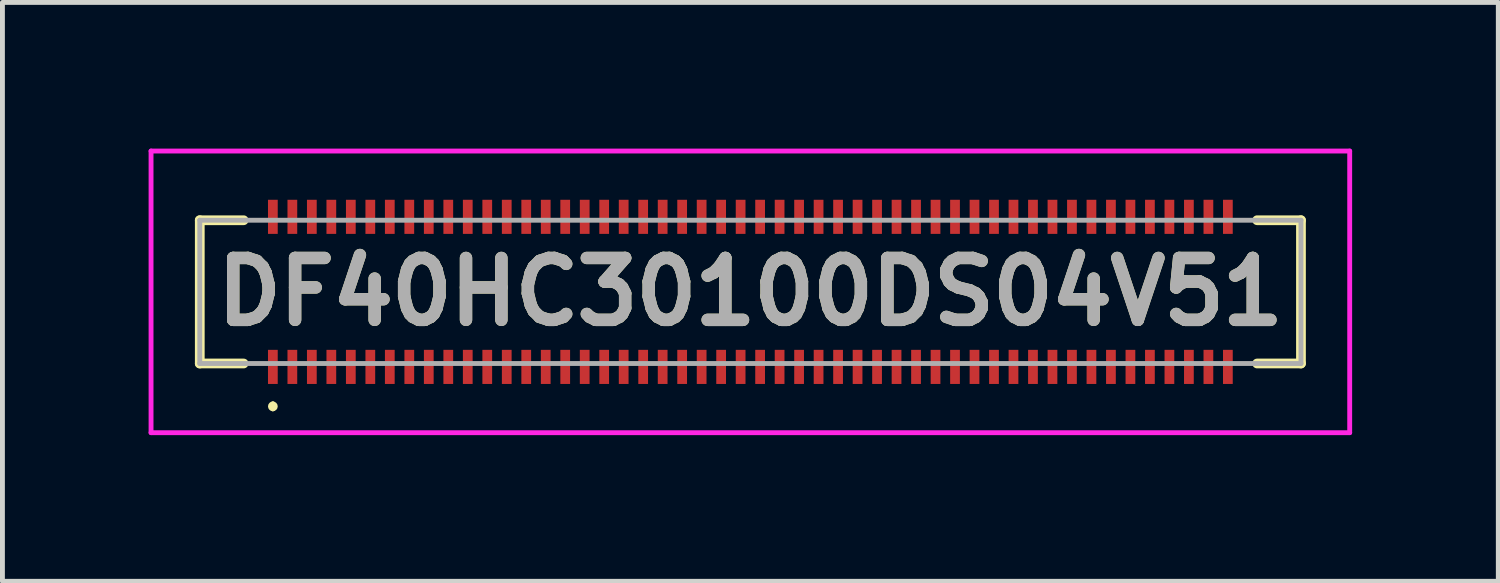
<source format=kicad_pcb>
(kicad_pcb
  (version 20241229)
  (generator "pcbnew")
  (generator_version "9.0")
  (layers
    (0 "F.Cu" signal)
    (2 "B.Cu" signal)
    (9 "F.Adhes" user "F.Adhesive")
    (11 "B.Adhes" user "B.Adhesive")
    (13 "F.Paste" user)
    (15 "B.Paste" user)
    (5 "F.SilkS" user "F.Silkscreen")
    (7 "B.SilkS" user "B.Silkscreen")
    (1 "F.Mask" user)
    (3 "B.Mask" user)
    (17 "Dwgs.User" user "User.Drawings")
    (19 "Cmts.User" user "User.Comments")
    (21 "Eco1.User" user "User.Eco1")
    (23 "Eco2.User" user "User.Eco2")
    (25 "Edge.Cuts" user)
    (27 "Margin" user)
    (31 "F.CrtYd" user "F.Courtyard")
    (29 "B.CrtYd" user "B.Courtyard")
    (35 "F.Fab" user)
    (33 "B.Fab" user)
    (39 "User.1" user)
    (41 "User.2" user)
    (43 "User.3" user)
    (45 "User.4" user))
  (footprint "DF40HC30100DS04V51"
    (layer "F.Cu")
    (at 12.35 2.94)
    (property "Reference" "DF40HC30100DS04V51" (at 0 0 0) (layer "F.SilkS") (effects (font (size 1.27 1.27) (thickness 0.254))))
    (attr smd)
    (fp_line (start -11.3 -1.47) (end -11.3 1.47) (stroke (width 0.2) (type solid)) (layer "F.SilkS"))
    (fp_line (start -11.3 1.47) (end -10.4 1.47) (stroke (width 0.2) (type solid)) (layer "F.SilkS"))
    (fp_line (start -10.4 -1.47) (end -11.3 -1.47) (stroke (width 0.2) (type solid)) (layer "F.SilkS"))
    (fp_line (start -9.8 2.3) (end -9.8 2.3) (stroke (width 0.1) (type solid)) (layer "F.SilkS"))
    (fp_line (start -9.8 2.4) (end -9.8 2.4) (stroke (width 0.1) (type solid)) (layer "F.SilkS"))
    (fp_line (start 10.4 1.47) (end 11.3 1.47) (stroke (width 0.2) (type solid)) (layer "F.SilkS"))
    (fp_line (start 11.3 -1.47) (end 10.4 -1.47) (stroke (width 0.2) (type solid)) (layer "F.SilkS"))
    (fp_line (start 11.3 1.47) (end 11.3 -1.47) (stroke (width 0.2) (type solid)) (layer "F.SilkS"))
    (fp_arc (start -9.8 2.3) (mid -9.75 2.35) (end -9.8 2.4) (stroke (width 0.1) (type solid)) (layer "F.SilkS"))
    (fp_arc (start -9.8 2.4) (mid -9.85 2.35) (end -9.8 2.3) (stroke (width 0.1) (type solid)) (layer "F.SilkS"))
    (fp_line (start -12.3 -2.89) (end 12.3 -2.89) (stroke (width 0.1) (type solid)) (layer "F.CrtYd"))
    (fp_line (start -12.3 2.89) (end -12.3 -2.89) (stroke (width 0.1) (type solid)) (layer "F.CrtYd"))
    (fp_line (start 12.3 -2.89) (end 12.3 2.89) (stroke (width 0.1) (type solid)) (layer "F.CrtYd"))
    (fp_line (start 12.3 2.89) (end -12.3 2.89) (stroke (width 0.1) (type solid)) (layer "F.CrtYd"))
    (fp_line (start -11.3 -1.47) (end 11.3 -1.47) (stroke (width 0.1) (type solid)) (layer "F.Fab"))
    (fp_line (start -11.3 1.47) (end -11.3 -1.47) (stroke (width 0.1) (type solid)) (layer "F.Fab"))
    (fp_line (start 11.3 -1.47) (end 11.3 1.47) (stroke (width 0.1) (type solid)) (layer "F.Fab"))
    (fp_line (start 11.3 1.47) (end -11.3 1.47) (stroke (width 0.1) (type solid)) (layer "F.Fab"))
    (fp_text user "${REFERENCE}" (at 0 0 0) (layer "F.Fab") (effects (font (size 1.27 1.27) (thickness 0.254))))
    (pad "1" smd rect (at -9.8 1.54) (size 0.2 0.7) (layers "F.Cu" "F.Mask" "F.Paste"))
    (pad "2" smd rect (at -9.8 -1.54) (size 0.2 0.7) (layers "F.Cu" "F.Mask" "F.Paste"))
    (pad "3" smd rect (at -9.4 1.54) (size 0.2 0.7) (layers "F.Cu" "F.Mask" "F.Paste"))
    (pad "4" smd rect (at -9.4 -1.54) (size 0.2 0.7) (layers "F.Cu" "F.Mask" "F.Paste"))
    (pad "5" smd rect (at -9 1.54) (size 0.2 0.7) (layers "F.Cu" "F.Mask" "F.Paste"))
    (pad "6" smd rect (at -9 -1.54) (size 0.2 0.7) (layers "F.Cu" "F.Mask" "F.Paste"))
    (pad "7" smd rect (at -8.6 1.54) (size 0.2 0.7) (layers "F.Cu" "F.Mask" "F.Paste"))
    (pad "8" smd rect (at -8.6 -1.54) (size 0.2 0.7) (layers "F.Cu" "F.Mask" "F.Paste"))
    (pad "9" smd rect (at -8.2 1.54) (size 0.2 0.7) (layers "F.Cu" "F.Mask" "F.Paste"))
    (pad "10" smd rect (at -8.2 -1.54) (size 0.2 0.7) (layers "F.Cu" "F.Mask" "F.Paste"))
    (pad "11" smd rect (at -7.8 1.54) (size 0.2 0.7) (layers "F.Cu" "F.Mask" "F.Paste"))
    (pad "12" smd rect (at -7.8 -1.54) (size 0.2 0.7) (layers "F.Cu" "F.Mask" "F.Paste"))
    (pad "13" smd rect (at -7.4 1.54) (size 0.2 0.7) (layers "F.Cu" "F.Mask" "F.Paste"))
    (pad "14" smd rect (at -7.4 -1.54) (size 0.2 0.7) (layers "F.Cu" "F.Mask" "F.Paste"))
    (pad "15" smd rect (at -7 1.54) (size 0.2 0.7) (layers "F.Cu" "F.Mask" "F.Paste"))
    (pad "16" smd rect (at -7 -1.54) (size 0.2 0.7) (layers "F.Cu" "F.Mask" "F.Paste"))
    (pad "17" smd rect (at -6.6 1.54) (size 0.2 0.7) (layers "F.Cu" "F.Mask" "F.Paste"))
    (pad "18" smd rect (at -6.6 -1.54) (size 0.2 0.7) (layers "F.Cu" "F.Mask" "F.Paste"))
    (pad "19" smd rect (at -6.2 1.54) (size 0.2 0.7) (layers "F.Cu" "F.Mask" "F.Paste"))
    (pad "20" smd rect (at -6.2 -1.54) (size 0.2 0.7) (layers "F.Cu" "F.Mask" "F.Paste"))
    (pad "21" smd rect (at -5.8 1.54) (size 0.2 0.7) (layers "F.Cu" "F.Mask" "F.Paste"))
    (pad "22" smd rect (at -5.8 -1.54) (size 0.2 0.7) (layers "F.Cu" "F.Mask" "F.Paste"))
    (pad "23" smd rect (at -5.4 1.54) (size 0.2 0.7) (layers "F.Cu" "F.Mask" "F.Paste"))
    (pad "24" smd rect (at -5.4 -1.54) (size 0.2 0.7) (layers "F.Cu" "F.Mask" "F.Paste"))
    (pad "25" smd rect (at -5 1.54) (size 0.2 0.7) (layers "F.Cu" "F.Mask" "F.Paste"))
    (pad "26" smd rect (at -5 -1.54) (size 0.2 0.7) (layers "F.Cu" "F.Mask" "F.Paste"))
    (pad "27" smd rect (at -4.6 1.54) (size 0.2 0.7) (layers "F.Cu" "F.Mask" "F.Paste"))
    (pad "28" smd rect (at -4.6 -1.54) (size 0.2 0.7) (layers "F.Cu" "F.Mask" "F.Paste"))
    (pad "29" smd rect (at -4.2 1.54) (size 0.2 0.7) (layers "F.Cu" "F.Mask" "F.Paste"))
    (pad "30" smd rect (at -4.2 -1.54) (size 0.2 0.7) (layers "F.Cu" "F.Mask" "F.Paste"))
    (pad "31" smd rect (at -3.8 1.54) (size 0.2 0.7) (layers "F.Cu" "F.Mask" "F.Paste"))
    (pad "32" smd rect (at -3.8 -1.54) (size 0.2 0.7) (layers "F.Cu" "F.Mask" "F.Paste"))
    (pad "33" smd rect (at -3.4 1.54) (size 0.2 0.7) (layers "F.Cu" "F.Mask" "F.Paste"))
    (pad "34" smd rect (at -3.4 -1.54) (size 0.2 0.7) (layers "F.Cu" "F.Mask" "F.Paste"))
    (pad "35" smd rect (at -3 1.54) (size 0.2 0.7) (layers "F.Cu" "F.Mask" "F.Paste"))
    (pad "36" smd rect (at -3 -1.54) (size 0.2 0.7) (layers "F.Cu" "F.Mask" "F.Paste"))
    (pad "37" smd rect (at -2.6 1.54) (size 0.2 0.7) (layers "F.Cu" "F.Mask" "F.Paste"))
    (pad "38" smd rect (at -2.6 -1.54) (size 0.2 0.7) (layers "F.Cu" "F.Mask" "F.Paste"))
    (pad "39" smd rect (at -2.2 1.54) (size 0.2 0.7) (layers "F.Cu" "F.Mask" "F.Paste"))
    (pad "40" smd rect (at -2.2 -1.54) (size 0.2 0.7) (layers "F.Cu" "F.Mask" "F.Paste"))
    (pad "41" smd rect (at -1.8 1.54) (size 0.2 0.7) (layers "F.Cu" "F.Mask" "F.Paste"))
    (pad "42" smd rect (at -1.8 -1.54) (size 0.2 0.7) (layers "F.Cu" "F.Mask" "F.Paste"))
    (pad "43" smd rect (at -1.4 1.54) (size 0.2 0.7) (layers "F.Cu" "F.Mask" "F.Paste"))
    (pad "44" smd rect (at -1.4 -1.54) (size 0.2 0.7) (layers "F.Cu" "F.Mask" "F.Paste"))
    (pad "45" smd rect (at -1 1.54) (size 0.2 0.7) (layers "F.Cu" "F.Mask" "F.Paste"))
    (pad "46" smd rect (at -1 -1.54) (size 0.2 0.7) (layers "F.Cu" "F.Mask" "F.Paste"))
    (pad "47" smd rect (at -0.6 1.54) (size 0.2 0.7) (layers "F.Cu" "F.Mask" "F.Paste"))
    (pad "48" smd rect (at -0.6 -1.54) (size 0.2 0.7) (layers "F.Cu" "F.Mask" "F.Paste"))
    (pad "49" smd rect (at -0.2 1.54) (size 0.2 0.7) (layers "F.Cu" "F.Mask" "F.Paste"))
    (pad "50" smd rect (at -0.2 -1.54) (size 0.2 0.7) (layers "F.Cu" "F.Mask" "F.Paste"))
    (pad "51" smd rect (at 0.2 1.54) (size 0.2 0.7) (layers "F.Cu" "F.Mask" "F.Paste"))
    (pad "52" smd rect (at 0.2 -1.54) (size 0.2 0.7) (layers "F.Cu" "F.Mask" "F.Paste"))
    (pad "53" smd rect (at 0.6 1.54) (size 0.2 0.7) (layers "F.Cu" "F.Mask" "F.Paste"))
    (pad "54" smd rect (at 0.6 -1.54) (size 0.2 0.7) (layers "F.Cu" "F.Mask" "F.Paste"))
    (pad "55" smd rect (at 1 1.54) (size 0.2 0.7) (layers "F.Cu" "F.Mask" "F.Paste"))
    (pad "56" smd rect (at 1 -1.54) (size 0.2 0.7) (layers "F.Cu" "F.Mask" "F.Paste"))
    (pad "57" smd rect (at 1.4 1.54) (size 0.2 0.7) (layers "F.Cu" "F.Mask" "F.Paste"))
    (pad "58" smd rect (at 1.4 -1.54) (size 0.2 0.7) (layers "F.Cu" "F.Mask" "F.Paste"))
    (pad "59" smd rect (at 1.8 1.54) (size 0.2 0.7) (layers "F.Cu" "F.Mask" "F.Paste"))
    (pad "60" smd rect (at 1.8 -1.54) (size 0.2 0.7) (layers "F.Cu" "F.Mask" "F.Paste"))
    (pad "61" smd rect (at 2.2 1.54) (size 0.2 0.7) (layers "F.Cu" "F.Mask" "F.Paste"))
    (pad "62" smd rect (at 2.2 -1.54) (size 0.2 0.7) (layers "F.Cu" "F.Mask" "F.Paste"))
    (pad "63" smd rect (at 2.6 1.54) (size 0.2 0.7) (layers "F.Cu" "F.Mask" "F.Paste"))
    (pad "64" smd rect (at 2.6 -1.54) (size 0.2 0.7) (layers "F.Cu" "F.Mask" "F.Paste"))
    (pad "65" smd rect (at 3 1.54) (size 0.2 0.7) (layers "F.Cu" "F.Mask" "F.Paste"))
    (pad "66" smd rect (at 3 -1.54) (size 0.2 0.7) (layers "F.Cu" "F.Mask" "F.Paste"))
    (pad "67" smd rect (at 3.4 1.54) (size 0.2 0.7) (layers "F.Cu" "F.Mask" "F.Paste"))
    (pad "68" smd rect (at 3.4 -1.54) (size 0.2 0.7) (layers "F.Cu" "F.Mask" "F.Paste"))
    (pad "69" smd rect (at 3.8 1.54) (size 0.2 0.7) (layers "F.Cu" "F.Mask" "F.Paste"))
    (pad "70" smd rect (at 3.8 -1.54) (size 0.2 0.7) (layers "F.Cu" "F.Mask" "F.Paste"))
    (pad "71" smd rect (at 4.2 1.54) (size 0.2 0.7) (layers "F.Cu" "F.Mask" "F.Paste"))
    (pad "72" smd rect (at 4.2 -1.54) (size 0.2 0.7) (layers "F.Cu" "F.Mask" "F.Paste"))
    (pad "73" smd rect (at 4.6 1.54) (size 0.2 0.7) (layers "F.Cu" "F.Mask" "F.Paste"))
    (pad "74" smd rect (at 4.6 -1.54) (size 0.2 0.7) (layers "F.Cu" "F.Mask" "F.Paste"))
    (pad "75" smd rect (at 5 1.54) (size 0.2 0.7) (layers "F.Cu" "F.Mask" "F.Paste"))
    (pad "76" smd rect (at 5 -1.54) (size 0.2 0.7) (layers "F.Cu" "F.Mask" "F.Paste"))
    (pad "77" smd rect (at 5.4 1.54) (size 0.2 0.7) (layers "F.Cu" "F.Mask" "F.Paste"))
    (pad "78" smd rect (at 5.4 -1.54) (size 0.2 0.7) (layers "F.Cu" "F.Mask" "F.Paste"))
    (pad "79" smd rect (at 5.8 1.54) (size 0.2 0.7) (layers "F.Cu" "F.Mask" "F.Paste"))
    (pad "80" smd rect (at 5.8 -1.54) (size 0.2 0.7) (layers "F.Cu" "F.Mask" "F.Paste"))
    (pad "81" smd rect (at 6.2 1.54) (size 0.2 0.7) (layers "F.Cu" "F.Mask" "F.Paste"))
    (pad "82" smd rect (at 6.2 -1.54) (size 0.2 0.7) (layers "F.Cu" "F.Mask" "F.Paste"))
    (pad "83" smd rect (at 6.6 1.54) (size 0.2 0.7) (layers "F.Cu" "F.Mask" "F.Paste"))
    (pad "84" smd rect (at 6.6 -1.54) (size 0.2 0.7) (layers "F.Cu" "F.Mask" "F.Paste"))
    (pad "85" smd rect (at 7 1.54) (size 0.2 0.7) (layers "F.Cu" "F.Mask" "F.Paste"))
    (pad "86" smd rect (at 7 -1.54) (size 0.2 0.7) (layers "F.Cu" "F.Mask" "F.Paste"))
    (pad "87" smd rect (at 7.4 1.54) (size 0.2 0.7) (layers "F.Cu" "F.Mask" "F.Paste"))
    (pad "88" smd rect (at 7.4 -1.54) (size 0.2 0.7) (layers "F.Cu" "F.Mask" "F.Paste"))
    (pad "89" smd rect (at 7.8 1.54) (size 0.2 0.7) (layers "F.Cu" "F.Mask" "F.Paste"))
    (pad "90" smd rect (at 7.8 -1.54) (size 0.2 0.7) (layers "F.Cu" "F.Mask" "F.Paste"))
    (pad "91" smd rect (at 8.2 1.54) (size 0.2 0.7) (layers "F.Cu" "F.Mask" "F.Paste"))
    (pad "92" smd rect (at 8.2 -1.54) (size 0.2 0.7) (layers "F.Cu" "F.Mask" "F.Paste"))
    (pad "93" smd rect (at 8.6 1.54) (size 0.2 0.7) (layers "F.Cu" "F.Mask" "F.Paste"))
    (pad "94" smd rect (at 8.6 -1.54) (size 0.2 0.7) (layers "F.Cu" "F.Mask" "F.Paste"))
    (pad "95" smd rect (at 9 1.54) (size 0.2 0.7) (layers "F.Cu" "F.Mask" "F.Paste"))
    (pad "96" smd rect (at 9 -1.54) (size 0.2 0.7) (layers "F.Cu" "F.Mask" "F.Paste"))
    (pad "97" smd rect (at 9.4 1.54) (size 0.2 0.7) (layers "F.Cu" "F.Mask" "F.Paste"))
    (pad "98" smd rect (at 9.4 -1.54) (size 0.2 0.7) (layers "F.Cu" "F.Mask" "F.Paste"))
    (pad "99" smd rect (at 9.8 1.54) (size 0.2 0.7) (layers "F.Cu" "F.Mask" "F.Paste"))
    (pad "100" smd rect (at 9.8 -1.54) (size 0.2 0.7) (layers "F.Cu" "F.Mask" "F.Paste")))
  (gr_rect
    (start -3 -3)
    (end 27.7 8.88)
    (stroke (width 0.1) (type default))
    (fill no)
    (layer "Edge.Cuts")))
</source>
